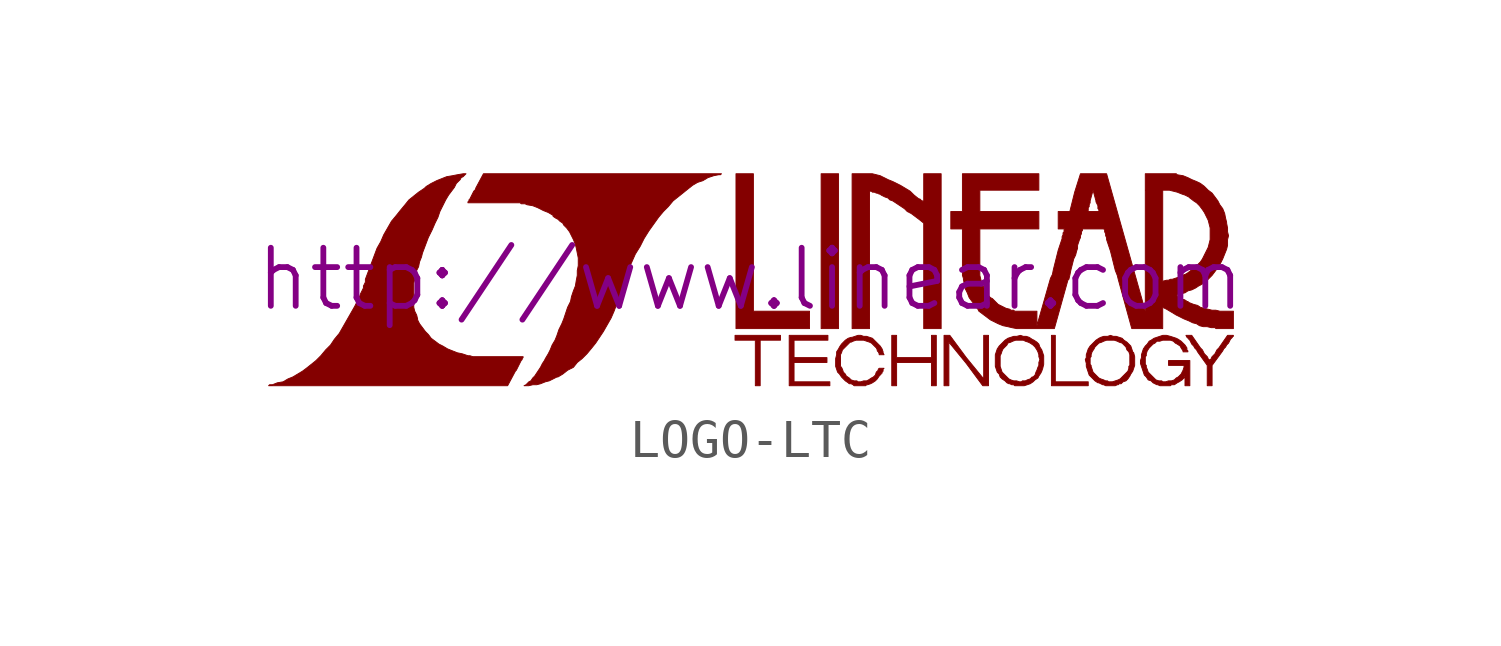
<source format=kicad_sym>
(kicad_symbol_lib
  (version 20201005)
  (generator kicad_symbol_editor)
  (symbol "LOGO-LTC"
    (pin_names
      (offset 1.016))
    (property "Reference" "#G"
      (at 0 -2.007 0)
      (effects (font (size 1.524 1.524)) hide))
    (property "Footprint" ""
      (at 0 0 0)
      (effects (font (size 1.524 1.524))))
    (property "Datasheet" "http://www.linear.com"
      (at 0 0 0)
      (effects (font (size 1.524 1.524))))
    (symbol "LOGO-LTC_0_0"
      (polyline (pts (xy 2.311 2.769) (xy 1.854 2.769) (xy 1.854 -1.295) (xy 2.311 -1.295) (xy 2.311 2.769)) (stroke (width 0.025)) (fill (type outline)))
      (polyline (pts (xy 1.549 -0.838) (xy 0.076 -0.838) (xy 0.076 2.769) (xy -0.381 2.769) (xy -0.381 -1.295) (xy 1.549 -1.295) (xy 1.549 -0.838)) (stroke (width 0.025)) (fill (type outline)))
      (polyline (pts (xy 8.865 -2.692) (xy 8.001 -2.692) (xy 8.001 -1.473) (xy 7.899 -1.473) (xy 7.899 -2.794) (xy 8.865 -2.794) (xy 8.865 -2.692)) (stroke (width 0.025)) (fill (type outline)))
      (polyline (pts (xy 0.254 -1.6) (xy 0.787 -1.6) (xy 0.787 -1.473) (xy -0.406 -1.473) (xy -0.406 -1.6) (xy 0.127 -1.6) (xy 0.127 -2.794) (xy 0.254 -2.794) (xy 0.254 -1.6)) (stroke (width 0.025)) (fill (type outline)))
      (polyline (pts (xy 2.083 -2.692) (xy 1.143 -2.692) (xy 1.143 -2.184) (xy 2.007 -2.184) (xy 2.007 -2.057) (xy 1.143 -2.057) (xy 1.143 -1.6) (xy 2.032 -1.6) (xy 2.032 -1.473) (xy 1.016 -1.473) (xy 1.016 -2.794) (xy 2.083 -2.794) (xy 2.083 -2.692)) (stroke (width 0.025)) (fill (type outline)))
      (polyline (pts (xy 3.835 -2.184) (xy 4.75 -2.184) (xy 4.75 -2.794) (xy 4.877 -2.794) (xy 4.877 -1.473) (xy 4.75 -1.473) (xy 4.75 -2.057) (xy 3.835 -2.057) (xy 3.835 -1.473) (xy 3.708 -1.473) (xy 3.708 -2.794) (xy 3.835 -2.794) (xy 3.835 -2.184)) (stroke (width 0.025)) (fill (type outline)))
      (polyline (pts (xy 5.207 -1.651) (xy 5.664 -2.21) (xy 6.096 -2.794) (xy 6.248 -2.794) (xy 6.248 -1.473) (xy 6.121 -1.473) (xy 6.121 -2.616) (xy 5.664 -2.057) (xy 5.232 -1.473) (xy 5.08 -1.473) (xy 5.08 -2.794) (xy 5.207 -2.794) (xy 5.207 -1.651)) (stroke (width 0.025)) (fill (type outline)))
      (polyline (pts (xy 3.124 2.311) (xy 3.175 2.311) (xy 3.2 2.286) (xy 3.251 2.286) (xy 3.302 2.261) (xy 3.327 2.261) (xy 3.378 2.235) (xy 3.404 2.235) (xy 3.429 2.21) (xy 3.531 2.159) (xy 3.607 2.134) (xy 3.658 2.083) (xy 3.734 2.057) (xy 4.039 1.854) (xy 4.115 1.778) (xy 4.216 1.727) (xy 4.42 1.575) (xy 4.547 1.473) (xy 4.547 -1.295) (xy 5.004 -1.295) (xy 5.004 2.769) (xy 4.547 2.769) (xy 4.547 2.032) (xy 4.521 2.032) (xy 4.521 2.057) (xy 4.496 2.057) (xy 4.445 2.108) (xy 4.42 2.108) (xy 4.293 2.21) (xy 4.191 2.311) (xy 3.937 2.464) (xy 3.734 2.565) (xy 3.607 2.616) (xy 3.404 2.718) (xy 3.2 2.769) (xy 2.667 2.769) (xy 2.667 -1.295) (xy 3.124 -1.295) (xy 3.124 2.311)) (stroke (width 0.025)) (fill (type outline)))
      (polyline (pts (xy 12.116 -2.261) (xy 12.395 -1.88) (xy 12.421 -1.829) (xy 12.471 -1.778) (xy 12.497 -1.727) (xy 12.548 -1.676) (xy 12.598 -1.575) (xy 12.649 -1.524) (xy 12.649 -1.499) (xy 12.675 -1.499) (xy 12.675 -1.473) (xy 12.522 -1.473) (xy 12.294 -1.803) (xy 12.243 -1.854) (xy 12.192 -1.956) (xy 12.116 -2.032) (xy 12.09 -2.083) (xy 12.09 -2.108) (xy 12.065 -2.108) (xy 12.065 -2.134) (xy 12.04 -2.134) (xy 12.04 -2.108) (xy 12.014 -2.108) (xy 12.014 -2.083) (xy 11.989 -2.032) (xy 11.913 -1.956) (xy 11.862 -1.854) (xy 11.811 -1.803) (xy 11.582 -1.473) (xy 11.43 -1.473) (xy 11.455 -1.524) (xy 11.481 -1.524) (xy 11.481 -1.549) (xy 11.532 -1.6) (xy 11.582 -1.702) (xy 11.633 -1.753) (xy 11.659 -1.803) (xy 11.709 -1.854) (xy 11.735 -1.905) (xy 11.989 -2.261) (xy 11.989 -2.794) (xy 12.116 -2.794) (xy 12.116 -2.261)) (stroke (width 0.025)) (fill (type outline)))
      (polyline (pts (xy 9.627 -2.769) (xy 9.652 -2.769) (xy 9.677 -2.743) (xy 9.728 -2.743) (xy 9.779 -2.692) (xy 9.855 -2.667) (xy 9.906 -2.616) (xy 9.957 -2.54) (xy 9.982 -2.489) (xy 10.033 -2.413) (xy 10.084 -2.261) (xy 10.084 -2.032) (xy 10.058 -1.93) (xy 10.033 -1.905) (xy 9.982 -1.753) (xy 9.881 -1.651) (xy 9.804 -1.6) (xy 9.754 -1.549) (xy 9.601 -1.499) (xy 9.525 -1.499) (xy 9.449 -1.473) (xy 9.373 -1.499) (xy 9.271 -1.499) (xy 9.195 -1.524) (xy 9.144 -1.549) (xy 9.068 -1.6) (xy 8.915 -1.753) (xy 8.865 -1.829) (xy 8.814 -1.981) (xy 8.814 -2.057) (xy 8.788 -2.108) (xy 8.814 -2.21) (xy 8.814 -2.235) (xy 8.915 -2.235) (xy 8.915 -2.057) (xy 8.941 -2.032) (xy 8.941 -1.981) (xy 8.966 -1.905) (xy 9.017 -1.829) (xy 9.042 -1.778) (xy 9.144 -1.676) (xy 9.22 -1.651) (xy 9.271 -1.626) (xy 9.347 -1.6) (xy 9.55 -1.6) (xy 9.627 -1.626) (xy 9.677 -1.651) (xy 9.754 -1.676) (xy 9.855 -1.778) (xy 9.881 -1.854) (xy 9.931 -1.905) (xy 9.957 -1.981) (xy 9.957 -2.261) (xy 9.931 -2.286) (xy 9.931 -2.337) (xy 9.906 -2.413) (xy 9.703 -2.616) (xy 9.652 -2.642) (xy 9.5 -2.692) (xy 9.398 -2.692) (xy 9.373 -2.667) (xy 9.322 -2.667) (xy 9.271 -2.642) (xy 9.195 -2.616) (xy 9.144 -2.591) (xy 8.992 -2.438) (xy 8.941 -2.286) (xy 8.941 -2.261) (xy 8.915 -2.235) (xy 8.814 -2.235) (xy 8.814 -2.286) (xy 8.89 -2.515) (xy 9.042 -2.667) (xy 9.119 -2.718) (xy 9.144 -2.718) (xy 9.246 -2.769) (xy 9.271 -2.769) (xy 9.322 -2.794) (xy 9.576 -2.794) (xy 9.627 -2.769)) (stroke (width 0.025)) (fill (type outline)))
      (polyline (pts (xy 11.049 -2.769) (xy 11.125 -2.769) (xy 11.201 -2.718) (xy 11.252 -2.692) (xy 11.328 -2.642) (xy 11.379 -2.591) (xy 11.405 -2.54) (xy 11.405 -2.794) (xy 11.532 -2.794) (xy 11.532 -2.134) (xy 10.973 -2.134) (xy 10.973 -2.261) (xy 11.405 -2.261) (xy 11.405 -2.286) (xy 11.379 -2.286) (xy 11.379 -2.311) (xy 11.354 -2.388) (xy 11.303 -2.489) (xy 11.227 -2.565) (xy 11.176 -2.591) (xy 11.125 -2.642) (xy 11.049 -2.667) (xy 10.973 -2.667) (xy 10.897 -2.692) (xy 10.82 -2.692) (xy 10.795 -2.667) (xy 10.719 -2.667) (xy 10.643 -2.642) (xy 10.439 -2.438) (xy 10.414 -2.362) (xy 10.389 -2.311) (xy 10.389 -2.261) (xy 10.363 -2.235) (xy 10.363 -2.032) (xy 10.389 -2.007) (xy 10.389 -1.956) (xy 10.414 -1.88) (xy 10.465 -1.803) (xy 10.566 -1.702) (xy 10.617 -1.676) (xy 10.668 -1.626) (xy 10.744 -1.626) (xy 10.82 -1.6) (xy 11.024 -1.6) (xy 11.1 -1.626) (xy 11.151 -1.676) (xy 11.201 -1.702) (xy 11.278 -1.753) (xy 11.303 -1.803) (xy 11.354 -1.88) (xy 11.354 -1.905) (xy 11.481 -1.905) (xy 11.481 -1.88) (xy 11.455 -1.854) (xy 11.455 -1.803) (xy 11.405 -1.727) (xy 11.303 -1.626) (xy 11.227 -1.575) (xy 11.176 -1.549) (xy 11.024 -1.499) (xy 10.922 -1.473) (xy 10.82 -1.473) (xy 10.592 -1.549) (xy 10.516 -1.6) (xy 10.465 -1.626) (xy 10.414 -1.702) (xy 10.363 -1.753) (xy 10.312 -1.829) (xy 10.262 -1.981) (xy 10.262 -2.057) (xy 10.236 -2.134) (xy 10.236 -2.21) (xy 10.338 -2.515) (xy 10.389 -2.565) (xy 10.439 -2.642) (xy 10.516 -2.667) (xy 10.566 -2.718) (xy 10.668 -2.769) (xy 10.693 -2.769) (xy 10.744 -2.794) (xy 11.024 -2.794) (xy 11.049 -2.769)) (stroke (width 0.025)) (fill (type outline)))
      (polyline (pts (xy 7.341 -2.743) (xy 7.417 -2.692) (xy 7.468 -2.642) (xy 7.544 -2.591) (xy 7.569 -2.54) (xy 7.62 -2.464) (xy 7.645 -2.413) (xy 7.671 -2.337) (xy 7.696 -2.235) (xy 7.696 -2.007) (xy 7.645 -1.854) (xy 7.595 -1.778) (xy 7.569 -1.702) (xy 7.518 -1.651) (xy 7.442 -1.6) (xy 7.391 -1.575) (xy 7.315 -1.524) (xy 7.239 -1.499) (xy 7.163 -1.499) (xy 7.087 -1.473) (xy 6.985 -1.499) (xy 6.909 -1.499) (xy 6.756 -1.549) (xy 6.68 -1.6) (xy 6.528 -1.753) (xy 6.477 -1.829) (xy 6.426 -1.981) (xy 6.426 -2.286) (xy 6.553 -2.286) (xy 6.553 -2.007) (xy 6.579 -1.956) (xy 6.604 -1.88) (xy 6.629 -1.829) (xy 6.731 -1.727) (xy 6.756 -1.676) (xy 6.833 -1.651) (xy 6.883 -1.626) (xy 6.96 -1.6) (xy 7.163 -1.6) (xy 7.214 -1.626) (xy 7.29 -1.651) (xy 7.341 -1.676) (xy 7.417 -1.727) (xy 7.468 -1.778) (xy 7.518 -1.854) (xy 7.544 -1.905) (xy 7.569 -1.981) (xy 7.569 -2.032) (xy 7.595 -2.108) (xy 7.569 -2.184) (xy 7.569 -2.261) (xy 7.544 -2.311) (xy 7.518 -2.388) (xy 7.493 -2.438) (xy 7.468 -2.515) (xy 7.417 -2.565) (xy 7.391 -2.565) (xy 7.341 -2.616) (xy 7.264 -2.642) (xy 7.214 -2.667) (xy 7.137 -2.667) (xy 7.112 -2.692) (xy 7.061 -2.692) (xy 6.985 -2.667) (xy 6.909 -2.667) (xy 6.833 -2.642) (xy 6.782 -2.616) (xy 6.604 -2.438) (xy 6.553 -2.286) (xy 6.426 -2.286) (xy 6.477 -2.438) (xy 6.528 -2.489) (xy 6.553 -2.565) (xy 6.604 -2.616) (xy 6.68 -2.667) (xy 6.731 -2.718) (xy 6.782 -2.743) (xy 6.807 -2.743) (xy 6.858 -2.769) (xy 6.909 -2.769) (xy 6.934 -2.794) (xy 7.188 -2.794) (xy 7.341 -2.743)) (stroke (width 0.025)) (fill (type outline)))
      (polyline (pts (xy 3.048 -2.769) (xy 3.073 -2.769) (xy 3.15 -2.743) (xy 3.2 -2.718) (xy 3.277 -2.667) (xy 3.327 -2.616) (xy 3.378 -2.54) (xy 3.429 -2.489) (xy 3.429 -2.464) (xy 3.454 -2.464) (xy 3.454 -2.438) (xy 3.48 -2.413) (xy 3.48 -2.362) (xy 3.505 -2.337) (xy 3.378 -2.337) (xy 3.353 -2.362) (xy 3.353 -2.388) (xy 3.302 -2.438) (xy 3.277 -2.515) (xy 3.226 -2.565) (xy 3.175 -2.591) (xy 3.099 -2.642) (xy 3.048 -2.667) (xy 2.972 -2.667) (xy 2.896 -2.692) (xy 2.819 -2.692) (xy 2.794 -2.667) (xy 2.718 -2.667) (xy 2.642 -2.642) (xy 2.591 -2.591) (xy 2.515 -2.54) (xy 2.489 -2.489) (xy 2.438 -2.438) (xy 2.413 -2.362) (xy 2.388 -2.311) (xy 2.362 -2.286) (xy 2.362 -1.981) (xy 2.388 -1.93) (xy 2.413 -1.854) (xy 2.616 -1.651) (xy 2.642 -1.651) (xy 2.692 -1.626) (xy 2.769 -1.6) (xy 2.972 -1.6) (xy 3.124 -1.651) (xy 3.175 -1.676) (xy 3.302 -1.803) (xy 3.327 -1.854) (xy 3.327 -1.88) (xy 3.353 -1.905) (xy 3.378 -1.956) (xy 3.378 -1.981) (xy 3.505 -1.981) (xy 3.48 -1.93) (xy 3.48 -1.905) (xy 3.454 -1.829) (xy 3.404 -1.753) (xy 3.2 -1.549) (xy 3.048 -1.499) (xy 2.972 -1.499) (xy 2.896 -1.473) (xy 2.819 -1.473) (xy 2.667 -1.524) (xy 2.642 -1.524) (xy 2.565 -1.549) (xy 2.489 -1.6) (xy 2.388 -1.702) (xy 2.337 -1.778) (xy 2.311 -1.829) (xy 2.261 -1.905) (xy 2.261 -1.981) (xy 2.235 -2.083) (xy 2.235 -2.286) (xy 2.286 -2.438) (xy 2.337 -2.489) (xy 2.388 -2.565) (xy 2.489 -2.667) (xy 2.565 -2.718) (xy 2.591 -2.743) (xy 2.642 -2.743) (xy 2.692 -2.769) (xy 2.718 -2.794) (xy 3.023 -2.794) (xy 3.048 -2.769)) (stroke (width 0.025)) (fill (type outline)))
      (polyline (pts (xy -6.172 -2.413) (xy -6.147 -2.388) (xy -6.02 -2.134) (xy -5.994 -2.108) (xy -5.994 -2.083) (xy -5.969 -2.057) (xy -5.969 -2.032) (xy -7.29 -2.032) (xy -7.366 -2.007) (xy -7.417 -2.007) (xy -7.569 -1.956) (xy -7.696 -1.93) (xy -7.95 -1.829) (xy -8.077 -1.753) (xy -8.179 -1.702) (xy -8.382 -1.549) (xy -8.458 -1.448) (xy -8.534 -1.372) (xy -8.687 -1.168) (xy -8.738 -1.067) (xy -8.738 -1.041) (xy -8.763 -0.94) (xy -8.814 -0.838) (xy -8.839 -0.737) (xy -8.839 -0.102) (xy -8.788 0.102) (xy -8.763 0.229) (xy -8.712 0.33) (xy -8.687 0.457) (xy -8.636 0.584) (xy -8.611 0.686) (xy -8.458 1.092) (xy -8.357 1.295) (xy -8.28 1.473) (xy -8.204 1.626) (xy -8.153 1.778) (xy -8.001 2.083) (xy -7.925 2.21) (xy -7.772 2.413) (xy -7.722 2.515) (xy -7.62 2.616) (xy -7.595 2.667) (xy -7.544 2.692) (xy -7.468 2.769) (xy -7.544 2.769) (xy -7.696 2.743) (xy -7.823 2.718) (xy -7.976 2.692) (xy -8.23 2.591) (xy -8.382 2.515) (xy -8.509 2.438) (xy -8.56 2.388) (xy -8.712 2.286) (xy -8.966 2.083) (xy -9.068 1.956) (xy -9.195 1.803) (xy -9.296 1.676) (xy -9.423 1.524) (xy -9.627 1.168) (xy -9.703 0.991) (xy -9.804 0.813) (xy -10.109 0) (xy -10.109 -0.076) (xy -10.16 -0.178) (xy -10.16 -0.229) (xy -10.236 -0.381) (xy -10.262 -0.457) (xy -10.389 -0.711) (xy -10.795 -1.422) (xy -10.922 -1.575) (xy -11.024 -1.727) (xy -11.151 -1.854) (xy -11.278 -2.007) (xy -11.405 -2.134) (xy -11.659 -2.337) (xy -11.76 -2.413) (xy -12.014 -2.565) (xy -12.141 -2.616) (xy -12.268 -2.692) (xy -12.421 -2.718) (xy -12.548 -2.769) (xy -12.624 -2.769) (xy -12.649 -2.794) (xy -6.375 -2.794) (xy -6.172 -2.413)) (stroke (width 0.025)) (fill (type outline)))
      (polyline (pts (xy -5.715 -2.769) (xy -5.613 -2.769) (xy -5.512 -2.743) (xy -5.385 -2.692) (xy -5.283 -2.667) (xy -5.08 -2.565) (xy -5.055 -2.565) (xy -4.928 -2.489) (xy -4.801 -2.388) (xy -4.648 -2.311) (xy -4.547 -2.184) (xy -4.42 -2.083) (xy -4.293 -1.956) (xy -4.166 -1.803) (xy -4.064 -1.676) (xy -3.861 -1.372) (xy -3.658 -1.016) (xy -3.581 -0.838) (xy -3.277 -0.025) (xy -3.277 0.025) (xy -3.251 0.076) (xy -3.226 0.152) (xy -3.226 0.203) (xy -3.175 0.305) (xy -3.15 0.381) (xy -3.124 0.432) (xy -3.023 0.66) (xy -2.896 0.864) (xy -2.794 1.067) (xy -2.667 1.27) (xy -2.413 1.626) (xy -2.286 1.778) (xy -2.159 1.905) (xy -2.032 2.057) (xy -1.524 2.464) (xy -1.397 2.54) (xy -1.245 2.591) (xy -1.118 2.667) (xy -0.965 2.718) (xy -0.838 2.743) (xy -0.787 2.743) (xy -0.762 2.769) (xy -7.01 2.769) (xy -7.214 2.388) (xy -7.214 2.362) (xy -7.264 2.311) (xy -7.366 2.108) (xy -7.391 2.083) (xy -7.391 2.057) (xy -7.417 2.032) (xy -7.417 2.007) (xy -6.045 2.007) (xy -6.02 1.981) (xy -5.918 1.981) (xy -5.867 1.956) (xy -5.715 1.93) (xy -5.588 1.88) (xy -5.436 1.803) (xy -5.309 1.753) (xy -5.182 1.676) (xy -5.182 1.651) (xy -5.105 1.6) (xy -5.055 1.575) (xy -5.004 1.524) (xy -4.928 1.473) (xy -4.902 1.422) (xy -4.826 1.346) (xy -4.75 1.245) (xy -4.648 1.041) (xy -4.597 0.914) (xy -4.572 0.813) (xy -4.521 0.559) (xy -4.521 0.356) (xy -4.547 0.229) (xy -4.547 0.102) (xy -4.572 -0.025) (xy -4.597 -0.178) (xy -4.648 -0.305) (xy -4.699 -0.457) (xy -4.724 -0.584) (xy -4.801 -0.737) (xy -4.902 -1.041) (xy -4.953 -1.168) (xy -5.029 -1.321) (xy -5.08 -1.473) (xy -5.131 -1.6) (xy -5.207 -1.727) (xy -5.258 -1.854) (xy -5.309 -1.956) (xy -5.385 -2.083) (xy -5.41 -2.134) (xy -5.461 -2.21) (xy -5.512 -2.311) (xy -5.664 -2.54) (xy -5.715 -2.591) (xy -5.766 -2.667) (xy -5.817 -2.692) (xy -5.893 -2.769) (xy -5.944 -2.794) (xy -5.817 -2.794) (xy -5.715 -2.769)) (stroke (width 0.025)) (fill (type outline)))
      (polyline (pts (xy 9.347 2.769) (xy 8.661 2.769) (xy 8.509 2.286) (xy 8.382 1.778) (xy 8.839 1.778) (xy 8.839 1.803) (xy 8.865 1.803) (xy 8.865 1.88) (xy 8.89 1.905) (xy 8.89 1.956) (xy 8.915 2.007) (xy 8.915 2.057) (xy 8.992 2.337) (xy 9.068 2.057) (xy 9.068 2.032) (xy 9.119 1.93) (xy 9.119 1.854) (xy 9.144 1.829) (xy 9.144 1.778) (xy 8.839 1.778) (xy 8.382 1.778) (xy 8.077 1.778) (xy 8.077 1.321) (xy 8.255 1.321) (xy 8.23 1.295) (xy 8.23 1.245) (xy 8.204 1.219) (xy 8.204 1.168) (xy 8.179 1.118) (xy 8.179 1.067) (xy 8.077 0.762) (xy 7.95 0.254) (xy 7.925 0.127) (xy 7.874 0.025) (xy 7.518 -1.219) (xy 7.518 -0.838) (xy 6.934 -0.838) (xy 6.909 -0.813) (xy 6.833 -0.813) (xy 6.807 -0.787) (xy 6.706 -0.762) (xy 6.502 -0.66) (xy 6.35 -0.508) (xy 6.299 -0.483) (xy 6.223 -0.406) (xy 6.121 -0.203) (xy 6.071 -0.127) (xy 6.045 0) (xy 6.02 0.102) (xy 6.02 1.321) (xy 7.569 1.321) (xy 7.569 1.778) (xy 6.02 1.778) (xy 6.02 2.337) (xy 7.569 2.337) (xy 7.569 2.769) (xy 5.563 2.769) (xy 5.563 1.778) (xy 5.258 1.778) (xy 5.258 1.321) (xy 5.563 1.321) (xy 5.563 0.102) (xy 5.588 0.025) (xy 5.588 0) (xy 5.639 -0.254) (xy 5.69 -0.356) (xy 5.74 -0.483) (xy 5.969 -0.787) (xy 5.994 -0.838) (xy 6.299 -1.067) (xy 6.502 -1.168) (xy 6.629 -1.219) (xy 6.756 -1.245) (xy 6.858 -1.27) (xy 6.985 -1.295) (xy 7.976 -1.295) (xy 8.331 -0.025) (xy 8.357 0) (xy 8.382 0.102) (xy 8.407 0.229) (xy 8.484 0.533) (xy 8.534 0.635) (xy 8.56 0.737) (xy 8.585 0.813) (xy 8.585 0.889) (xy 8.636 1.041) (xy 8.661 1.092) (xy 8.661 1.143) (xy 8.687 1.194) (xy 8.687 1.27) (xy 8.712 1.27) (xy 8.712 1.321) (xy 9.271 1.321) (xy 9.296 1.295) (xy 9.296 1.245) (xy 9.322 1.194) (xy 9.322 1.143) (xy 9.347 1.092) (xy 9.347 1.041) (xy 9.449 0.737) (xy 9.576 0.229) (xy 9.627 0.102) (xy 9.652 0) (xy 10.008 -1.295) (xy 10.82 -1.295) (xy 10.82 -0.737) (xy 10.922 -0.787) (xy 11.176 -0.94) (xy 11.379 -1.041) (xy 11.506 -1.092) (xy 11.608 -1.143) (xy 11.709 -1.168) (xy 11.786 -1.219) (xy 11.887 -1.245) (xy 11.989 -1.245) (xy 12.09 -1.27) (xy 12.192 -1.27) (xy 12.217 -1.295) (xy 12.675 -1.295) (xy 12.675 -0.838) (xy 12.319 -0.838) (xy 12.217 -0.813) (xy 12.116 -0.813) (xy 11.811 -0.737) (xy 11.735 -0.686) (xy 11.633 -0.66) (xy 11.506 -0.61) (xy 11.481 -0.584) (xy 11.455 -0.584) (xy 11.43 -0.559) (xy 11.379 -0.533) (xy 11.354 -0.533) (xy 11.303 -0.508) (xy 11.252 -0.457) (xy 11.227 -0.457) (xy 11.201 -0.432) (xy 11.176 -0.432) (xy 11.201 -0.406) (xy 11.252 -0.406) (xy 11.303 -0.381) (xy 11.405 -0.356) (xy 11.481 -0.305) (xy 11.582 -0.279) (xy 11.684 -0.229) (xy 11.76 -0.178) (xy 11.811 -0.152) (xy 11.938 -0.076) (xy 12.116 0.102) (xy 12.268 0.305) (xy 12.344 0.432) (xy 12.395 0.533) (xy 12.497 0.787) (xy 12.522 0.889) (xy 12.522 1.041) (xy 12.548 1.143) (xy 12.522 1.245) (xy 12.522 1.346) (xy 12.497 1.473) (xy 12.497 1.499) (xy 12.471 1.6) (xy 12.446 1.727) (xy 12.395 1.854) (xy 12.319 1.956) (xy 12.268 2.057) (xy 12.116 2.261) (xy 12.014 2.337) (xy 11.913 2.438) (xy 11.811 2.515) (xy 11.709 2.565) (xy 11.582 2.616) (xy 11.481 2.667) (xy 11.354 2.718) (xy 11.201 2.743) (xy 11.176 2.769) (xy 10.363 2.769) (xy 10.363 2.337) (xy 10.82 2.337) (xy 10.998 2.337) (xy 11.201 2.286) (xy 11.328 2.235) (xy 11.405 2.21) (xy 11.506 2.159) (xy 11.532 2.134) (xy 11.633 2.057) (xy 11.709 2.007) (xy 11.786 1.93) (xy 11.862 1.829) (xy 11.913 1.753) (xy 12.014 1.549) (xy 12.065 1.346) (xy 12.065 1.041) (xy 12.014 0.838) (xy 11.862 0.533) (xy 11.811 0.457) (xy 11.735 0.381) (xy 11.633 0.305) (xy 11.557 0.229) (xy 11.455 0.152) (xy 11.405 0.127) (xy 11.328 0.102) (xy 11.227 0.051) (xy 11.074 0) (xy 11.024 0) (xy 10.973 -0.025) (xy 10.922 -0.025) (xy 10.82 -0.051) (xy 10.82 2.337) (xy 10.363 2.337) (xy 10.363 -0.838) (xy 9.855 0.965) (xy 9.347 2.769)) (stroke (width 0.025)) (fill (type outline))))))
</source>
